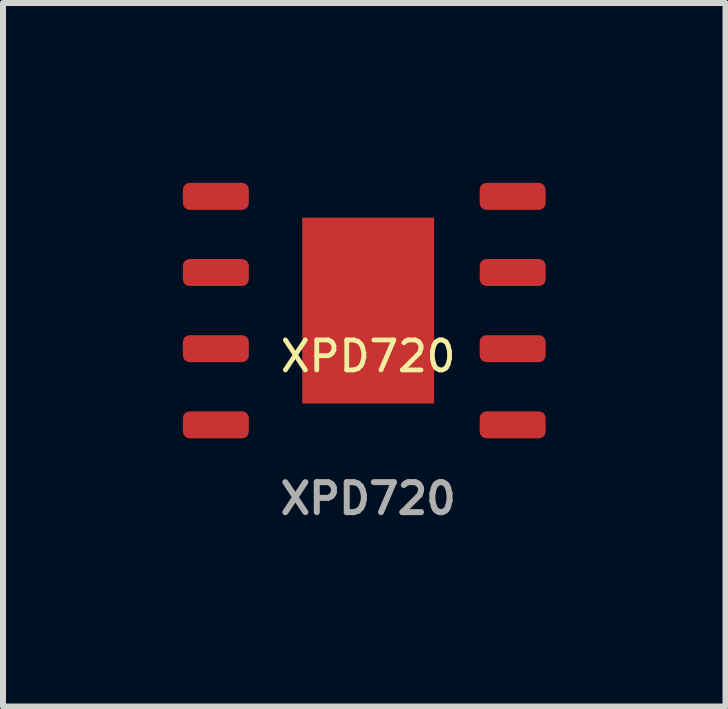
<source format=kicad_pcb>
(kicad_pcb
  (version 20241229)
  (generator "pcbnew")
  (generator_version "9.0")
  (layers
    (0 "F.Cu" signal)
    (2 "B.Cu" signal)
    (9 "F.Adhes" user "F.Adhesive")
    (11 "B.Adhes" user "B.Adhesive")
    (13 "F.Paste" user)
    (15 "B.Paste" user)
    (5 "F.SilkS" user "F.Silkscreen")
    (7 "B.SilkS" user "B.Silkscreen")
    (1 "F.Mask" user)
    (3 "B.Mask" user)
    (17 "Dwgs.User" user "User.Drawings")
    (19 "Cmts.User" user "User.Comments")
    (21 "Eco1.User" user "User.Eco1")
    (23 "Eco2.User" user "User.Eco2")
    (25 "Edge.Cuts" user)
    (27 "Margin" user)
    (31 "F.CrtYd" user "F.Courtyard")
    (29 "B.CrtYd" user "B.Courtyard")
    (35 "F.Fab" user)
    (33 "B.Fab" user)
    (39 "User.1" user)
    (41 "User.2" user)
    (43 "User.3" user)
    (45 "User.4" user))
  (footprint "XPD720"
    (layer "F.Cu")
    (at 3.09 2.765)
    (property "Reference" "XPD720" (at 0 0.127 0) (unlocked yes) (layer "F.SilkS") (effects (font (size 0.5 0.5) (thickness 0.08))))
    (attr smd)
    (fp_text user "${REFERENCE}" (at 0 2.5 0) (unlocked yes) (layer "F.Fab") (effects (font (size 0.5 0.5) (thickness 0.1) (bold yes))))
    (pad "1" smd roundrect (at -2.54 -2.54) (size 1.1 0.45) (layers "F.Cu" "F.Mask" "F.Paste") (roundrect_rratio 0.25))
    (pad "2" smd roundrect (at -2.54 -1.27) (size 1.1 0.45) (layers "F.Cu" "F.Mask" "F.Paste") (roundrect_rratio 0.25))
    (pad "3" smd roundrect (at -2.54 0) (size 1.1 0.45) (layers "F.Cu" "F.Mask" "F.Paste") (roundrect_rratio 0.25))
    (pad "4" smd roundrect (at -2.54 1.27) (size 1.1 0.45) (layers "F.Cu" "F.Mask" "F.Paste") (roundrect_rratio 0.25))
    (pad "5" smd roundrect (at 2.41 1.27) (size 1.1 0.45) (layers "F.Cu" "F.Mask" "F.Paste") (roundrect_rratio 0.25))
    (pad "6" smd roundrect (at 2.41 0) (size 1.1 0.45) (layers "F.Cu" "F.Mask" "F.Paste") (roundrect_rratio 0.25))
    (pad "7" smd roundrect (at 2.41 -1.27) (size 1.1 0.45) (layers "F.Cu" "F.Mask" "F.Paste") (roundrect_rratio 0.25))
    (pad "8" smd roundrect (at 2.41 -2.54) (size 1.1 0.45) (layers "F.Cu" "F.Mask" "F.Paste") (roundrect_rratio 0.25))
    (pad "9" smd rect (at 0 -0.635) (size 2.2 3.1) (layers "F.Cu" "F.Mask" "F.Paste")))
  (gr_rect
    (start -3 -3)
    (end 9.05 8.733)
    (stroke (width 0.1) (type default))
    (fill no)
    (layer "Edge.Cuts")))
</source>
